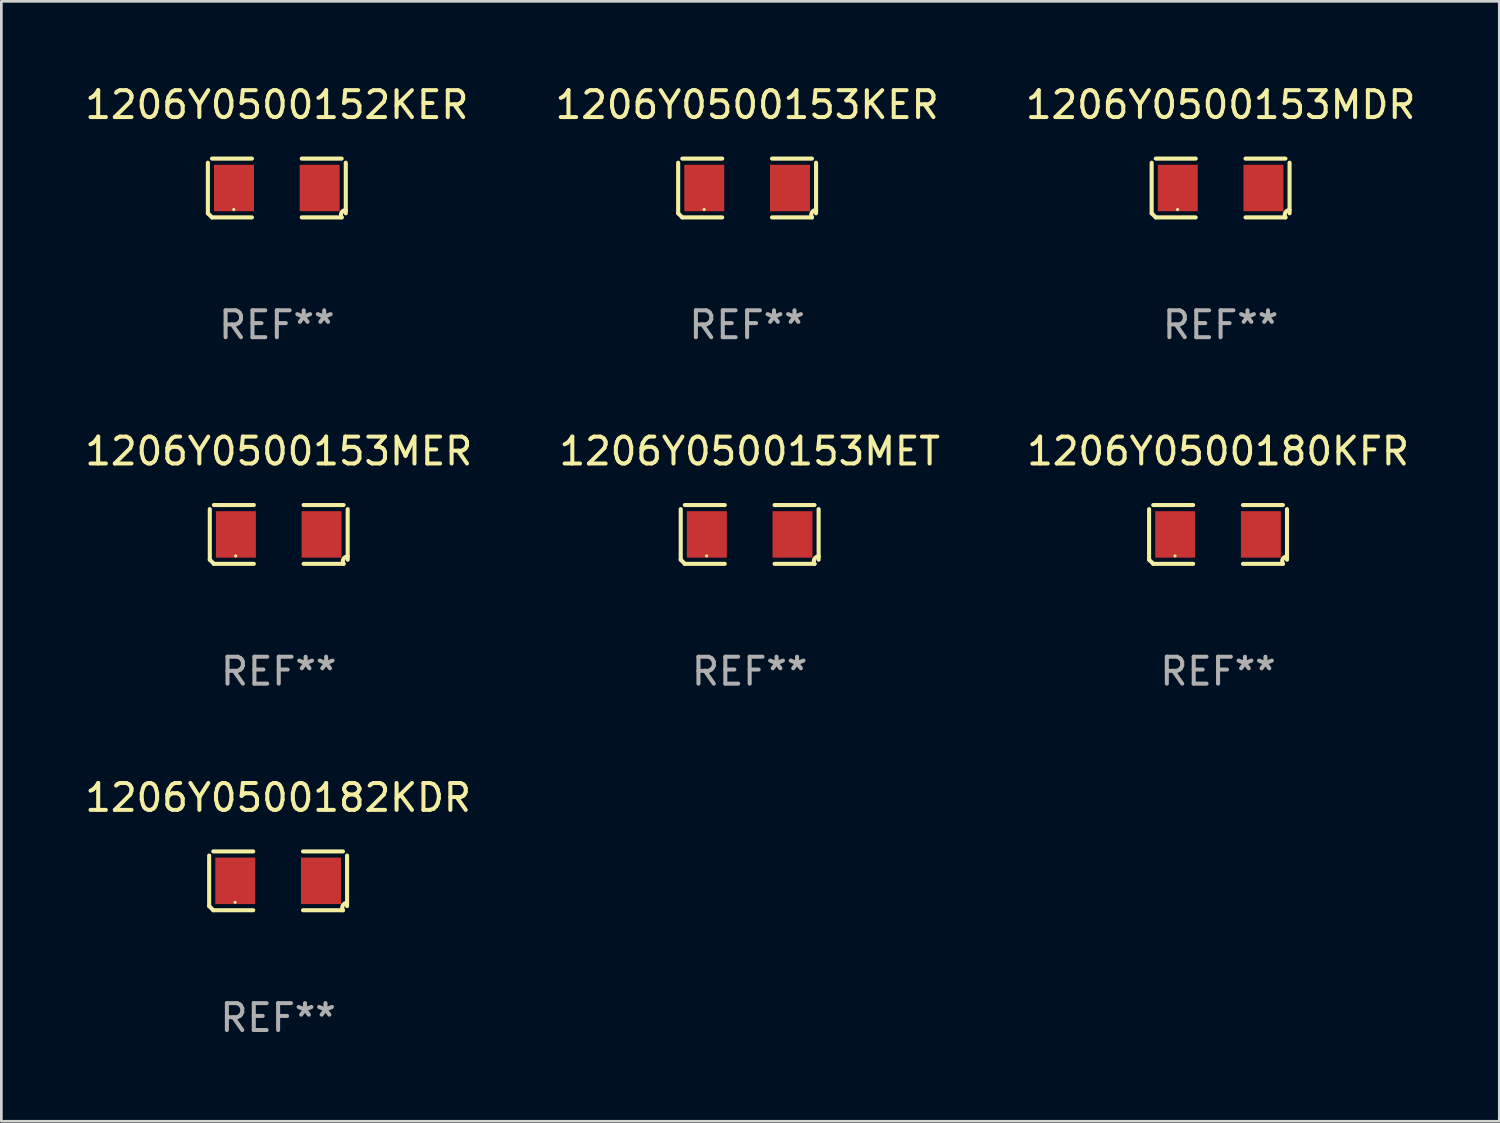
<source format=kicad_pcb>
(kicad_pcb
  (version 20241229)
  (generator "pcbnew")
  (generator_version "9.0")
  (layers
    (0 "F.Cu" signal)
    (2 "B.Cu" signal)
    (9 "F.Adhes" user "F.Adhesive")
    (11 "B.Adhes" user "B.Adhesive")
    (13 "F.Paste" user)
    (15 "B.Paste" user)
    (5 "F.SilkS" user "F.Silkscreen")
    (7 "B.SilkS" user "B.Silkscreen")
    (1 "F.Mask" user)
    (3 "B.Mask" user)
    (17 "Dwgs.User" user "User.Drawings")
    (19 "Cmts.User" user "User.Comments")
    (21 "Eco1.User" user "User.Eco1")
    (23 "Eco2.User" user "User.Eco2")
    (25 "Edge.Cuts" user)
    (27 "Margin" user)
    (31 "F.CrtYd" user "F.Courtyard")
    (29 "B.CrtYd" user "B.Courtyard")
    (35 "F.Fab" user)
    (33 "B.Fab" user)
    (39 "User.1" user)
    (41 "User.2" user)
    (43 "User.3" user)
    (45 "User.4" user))
  (footprint "1206Y0500182KDR"
    (layer "F.Cu")
    (at 7.292 29.704)
    (property "Reference" "1206Y0500182KDR" (at 0 -3.093 0) (layer "F.SilkS") (effects (font (size 1 1) (thickness 0.15))))
    (attr through_hole)
    (fp_line (start -2.564 0.94) (end -2.564 -0.94) (stroke (width 0.152) (type solid)) (layer "F.SilkS"))
    (fp_line (start -2.411 -1.093) (end -0.926 -1.093) (stroke (width 0.152) (type solid)) (layer "F.SilkS"))
    (fp_line (start -0.926 1.093) (end -2.411 1.093) (stroke (width 0.152) (type solid)) (layer "F.SilkS"))
    (fp_line (start 0.926 1.093) (end 2.411 1.093) (stroke (width 0.152) (type solid)) (layer "F.SilkS"))
    (fp_line (start 2.411 -1.093) (end 0.926 -1.093) (stroke (width 0.152) (type solid)) (layer "F.SilkS"))
    (fp_line (start 2.564 0.94) (end 2.564 -0.94) (stroke (width 0.152) (type solid)) (layer "F.SilkS"))
    (fp_arc (start -2.411201 1.092609) (mid -2.487413 1.01642) (end -2.563602 0.940208) (stroke (width 0.1524) (type solid)) (layer "F.SilkS"))
    (fp_arc (start 2.411201 1.092609) (mid 2.407159 0.911226) (end 2.563602 0.819347) (stroke (width 0.1524) (type solid)) (layer "F.SilkS"))
    (fp_circle (center -1.6 0.8) (end -1.57 0.8) (stroke (width 0.06) (type solid)) (fill no) (layer "F.SilkS"))
    (fp_text user "REF**" (at 0 5.093 0) (layer "F.Fab") (effects (font (size 1 1) (thickness 0.15))))
    (pad "1" smd rect (at -1.593 0) (size 1.485 1.728) (layers "F.Cu" "F.Mask" "F.Paste"))
    (pad "2" smd rect (at 1.593 0) (size 1.485 1.728) (layers "F.Cu" "F.Mask" "F.Paste")))
  (footprint "1206Y0500153MER"
    (layer "F.Cu")
    (at 7.315 16.823)
    (property "Reference" "1206Y0500153MER" (at 0 -3.093 0) (layer "F.SilkS") (effects (font (size 1 1) (thickness 0.15))))
    (attr through_hole)
    (fp_line (start -2.564 0.94) (end -2.564 -0.94) (stroke (width 0.152) (type solid)) (layer "F.SilkS"))
    (fp_line (start -2.411 -1.093) (end -0.926 -1.093) (stroke (width 0.152) (type solid)) (layer "F.SilkS"))
    (fp_line (start -0.926 1.093) (end -2.411 1.093) (stroke (width 0.152) (type solid)) (layer "F.SilkS"))
    (fp_line (start 0.926 1.093) (end 2.411 1.093) (stroke (width 0.152) (type solid)) (layer "F.SilkS"))
    (fp_line (start 2.411 -1.093) (end 0.926 -1.093) (stroke (width 0.152) (type solid)) (layer "F.SilkS"))
    (fp_line (start 2.564 0.94) (end 2.564 -0.94) (stroke (width 0.152) (type solid)) (layer "F.SilkS"))
    (fp_arc (start -2.411201 1.092609) (mid -2.487413 1.01642) (end -2.563602 0.940208) (stroke (width 0.1524) (type solid)) (layer "F.SilkS"))
    (fp_arc (start 2.411201 1.092609) (mid 2.407159 0.911226) (end 2.563602 0.819347) (stroke (width 0.1524) (type solid)) (layer "F.SilkS"))
    (fp_circle (center -1.6 0.8) (end -1.57 0.8) (stroke (width 0.06) (type solid)) (fill no) (layer "F.SilkS"))
    (fp_text user "REF**" (at 0 5.093 0) (layer "F.Fab") (effects (font (size 1 1) (thickness 0.15))))
    (pad "1" smd rect (at -1.593 0) (size 1.485 1.728) (layers "F.Cu" "F.Mask" "F.Paste"))
    (pad "2" smd rect (at 1.593 0) (size 1.485 1.728) (layers "F.Cu" "F.Mask" "F.Paste")))
  (footprint "1206Y0500180KFR"
    (layer "F.Cu")
    (at 42.244 16.823)
    (property "Reference" "1206Y0500180KFR" (at 0 -3.093 0) (layer "F.SilkS") (effects (font (size 1 1) (thickness 0.15))))
    (attr through_hole)
    (fp_line (start -2.564 0.94) (end -2.564 -0.94) (stroke (width 0.152) (type solid)) (layer "F.SilkS"))
    (fp_line (start -2.411 -1.093) (end -0.926 -1.093) (stroke (width 0.152) (type solid)) (layer "F.SilkS"))
    (fp_line (start -0.926 1.093) (end -2.411 1.093) (stroke (width 0.152) (type solid)) (layer "F.SilkS"))
    (fp_line (start 0.926 1.093) (end 2.411 1.093) (stroke (width 0.152) (type solid)) (layer "F.SilkS"))
    (fp_line (start 2.411 -1.093) (end 0.926 -1.093) (stroke (width 0.152) (type solid)) (layer "F.SilkS"))
    (fp_line (start 2.564 0.94) (end 2.564 -0.94) (stroke (width 0.152) (type solid)) (layer "F.SilkS"))
    (fp_arc (start -2.411201 1.092609) (mid -2.487413 1.01642) (end -2.563602 0.940208) (stroke (width 0.1524) (type solid)) (layer "F.SilkS"))
    (fp_arc (start 2.411201 1.092609) (mid 2.407159 0.911226) (end 2.563602 0.819347) (stroke (width 0.1524) (type solid)) (layer "F.SilkS"))
    (fp_circle (center -1.6 0.8) (end -1.57 0.8) (stroke (width 0.06) (type solid)) (fill no) (layer "F.SilkS"))
    (fp_text user "REF**" (at 0 5.093 0) (layer "F.Fab") (effects (font (size 1 1) (thickness 0.15))))
    (pad "1" smd rect (at -1.593 0) (size 1.485 1.728) (layers "F.Cu" "F.Mask" "F.Paste"))
    (pad "2" smd rect (at 1.593 0) (size 1.485 1.728) (layers "F.Cu" "F.Mask" "F.Paste")))
  (footprint "1206Y0500153KER"
    (layer "F.Cu")
    (at 24.732 3.941)
    (property "Reference" "1206Y0500153KER" (at 0 -3.093 0) (layer "F.SilkS") (effects (font (size 1 1) (thickness 0.15))))
    (attr through_hole)
    (fp_line (start -2.564 0.94) (end -2.564 -0.94) (stroke (width 0.152) (type solid)) (layer "F.SilkS"))
    (fp_line (start -2.411 -1.093) (end -0.926 -1.093) (stroke (width 0.152) (type solid)) (layer "F.SilkS"))
    (fp_line (start -0.926 1.093) (end -2.411 1.093) (stroke (width 0.152) (type solid)) (layer "F.SilkS"))
    (fp_line (start 0.926 1.093) (end 2.411 1.093) (stroke (width 0.152) (type solid)) (layer "F.SilkS"))
    (fp_line (start 2.411 -1.093) (end 0.926 -1.093) (stroke (width 0.152) (type solid)) (layer "F.SilkS"))
    (fp_line (start 2.564 0.94) (end 2.564 -0.94) (stroke (width 0.152) (type solid)) (layer "F.SilkS"))
    (fp_arc (start -2.411201 1.092609) (mid -2.487413 1.01642) (end -2.563602 0.940208) (stroke (width 0.1524) (type solid)) (layer "F.SilkS"))
    (fp_arc (start 2.411201 1.092609) (mid 2.407159 0.911226) (end 2.563602 0.819347) (stroke (width 0.1524) (type solid)) (layer "F.SilkS"))
    (fp_circle (center -1.6 0.8) (end -1.57 0.8) (stroke (width 0.06) (type solid)) (fill no) (layer "F.SilkS"))
    (fp_text user "REF**" (at 0 5.093 0) (layer "F.Fab") (effects (font (size 1 1) (thickness 0.15))))
    (pad "1" smd rect (at -1.593 0) (size 1.485 1.728) (layers "F.Cu" "F.Mask" "F.Paste"))
    (pad "2" smd rect (at 1.593 0) (size 1.485 1.728) (layers "F.Cu" "F.Mask" "F.Paste")))
  (footprint "1206Y0500153MDR"
    (layer "F.Cu")
    (at 42.339 3.941)
    (property "Reference" "1206Y0500153MDR" (at 0 -3.093 0) (layer "F.SilkS") (effects (font (size 1 1) (thickness 0.15))))
    (attr through_hole)
    (fp_line (start -2.564 0.94) (end -2.564 -0.94) (stroke (width 0.152) (type solid)) (layer "F.SilkS"))
    (fp_line (start -2.411 -1.093) (end -0.926 -1.093) (stroke (width 0.152) (type solid)) (layer "F.SilkS"))
    (fp_line (start -0.926 1.093) (end -2.411 1.093) (stroke (width 0.152) (type solid)) (layer "F.SilkS"))
    (fp_line (start 0.926 1.093) (end 2.411 1.093) (stroke (width 0.152) (type solid)) (layer "F.SilkS"))
    (fp_line (start 2.411 -1.093) (end 0.926 -1.093) (stroke (width 0.152) (type solid)) (layer "F.SilkS"))
    (fp_line (start 2.564 0.94) (end 2.564 -0.94) (stroke (width 0.152) (type solid)) (layer "F.SilkS"))
    (fp_arc (start -2.411201 1.092609) (mid -2.487413 1.01642) (end -2.563602 0.940208) (stroke (width 0.1524) (type solid)) (layer "F.SilkS"))
    (fp_arc (start 2.411201 1.092609) (mid 2.407159 0.911226) (end 2.563602 0.819347) (stroke (width 0.1524) (type solid)) (layer "F.SilkS"))
    (fp_circle (center -1.6 0.8) (end -1.57 0.8) (stroke (width 0.06) (type solid)) (fill no) (layer "F.SilkS"))
    (fp_text user "REF**" (at 0 5.093 0) (layer "F.Fab") (effects (font (size 1 1) (thickness 0.15))))
    (pad "1" smd rect (at -1.593 0) (size 1.485 1.728) (layers "F.Cu" "F.Mask" "F.Paste"))
    (pad "2" smd rect (at 1.593 0) (size 1.485 1.728) (layers "F.Cu" "F.Mask" "F.Paste")))
  (footprint "1206Y0500153MET"
    (layer "F.Cu")
    (at 24.827 16.823)
    (property "Reference" "1206Y0500153MET" (at 0 -3.093 0) (layer "F.SilkS") (effects (font (size 1 1) (thickness 0.15))))
    (attr through_hole)
    (fp_line (start -2.564 0.94) (end -2.564 -0.94) (stroke (width 0.152) (type solid)) (layer "F.SilkS"))
    (fp_line (start -2.411 -1.093) (end -0.926 -1.093) (stroke (width 0.152) (type solid)) (layer "F.SilkS"))
    (fp_line (start -0.926 1.093) (end -2.411 1.093) (stroke (width 0.152) (type solid)) (layer "F.SilkS"))
    (fp_line (start 0.926 1.093) (end 2.411 1.093) (stroke (width 0.152) (type solid)) (layer "F.SilkS"))
    (fp_line (start 2.411 -1.093) (end 0.926 -1.093) (stroke (width 0.152) (type solid)) (layer "F.SilkS"))
    (fp_line (start 2.564 0.94) (end 2.564 -0.94) (stroke (width 0.152) (type solid)) (layer "F.SilkS"))
    (fp_arc (start -2.411201 1.092609) (mid -2.487413 1.01642) (end -2.563602 0.940208) (stroke (width 0.1524) (type solid)) (layer "F.SilkS"))
    (fp_arc (start 2.411201 1.092609) (mid 2.407159 0.911226) (end 2.563602 0.819347) (stroke (width 0.1524) (type solid)) (layer "F.SilkS"))
    (fp_circle (center -1.6 0.8) (end -1.57 0.8) (stroke (width 0.06) (type solid)) (fill no) (layer "F.SilkS"))
    (fp_text user "REF**" (at 0 5.093 0) (layer "F.Fab") (effects (font (size 1 1) (thickness 0.15))))
    (pad "1" smd rect (at -1.593 0) (size 1.485 1.728) (layers "F.Cu" "F.Mask" "F.Paste"))
    (pad "2" smd rect (at 1.593 0) (size 1.485 1.728) (layers "F.Cu" "F.Mask" "F.Paste")))
  (footprint "1206Y0500152KER"
    (layer "F.Cu")
    (at 7.244 3.941)
    (property "Reference" "1206Y0500152KER" (at 0 -3.093 0) (layer "F.SilkS") (effects (font (size 1 1) (thickness 0.15))))
    (attr through_hole)
    (fp_line (start -2.564 0.94) (end -2.564 -0.94) (stroke (width 0.152) (type solid)) (layer "F.SilkS"))
    (fp_line (start -2.411 -1.093) (end -0.926 -1.093) (stroke (width 0.152) (type solid)) (layer "F.SilkS"))
    (fp_line (start -0.926 1.093) (end -2.411 1.093) (stroke (width 0.152) (type solid)) (layer "F.SilkS"))
    (fp_line (start 0.926 1.093) (end 2.411 1.093) (stroke (width 0.152) (type solid)) (layer "F.SilkS"))
    (fp_line (start 2.411 -1.093) (end 0.926 -1.093) (stroke (width 0.152) (type solid)) (layer "F.SilkS"))
    (fp_line (start 2.564 0.94) (end 2.564 -0.94) (stroke (width 0.152) (type solid)) (layer "F.SilkS"))
    (fp_arc (start -2.411201 1.092609) (mid -2.487413 1.01642) (end -2.563602 0.940208) (stroke (width 0.1524) (type solid)) (layer "F.SilkS"))
    (fp_arc (start 2.411201 1.092609) (mid 2.407159 0.911226) (end 2.563602 0.819347) (stroke (width 0.1524) (type solid)) (layer "F.SilkS"))
    (fp_circle (center -1.6 0.8) (end -1.57 0.8) (stroke (width 0.06) (type solid)) (fill no) (layer "F.SilkS"))
    (fp_text user "REF**" (at 0 5.093 0) (layer "F.Fab") (effects (font (size 1 1) (thickness 0.15))))
    (pad "1" smd rect (at -1.593 0) (size 1.485 1.728) (layers "F.Cu" "F.Mask" "F.Paste"))
    (pad "2" smd rect (at 1.593 0) (size 1.485 1.728) (layers "F.Cu" "F.Mask" "F.Paste")))
  (gr_rect
    (start -3 -3)
    (end 52.702 38.645)
    (stroke (width 0.1) (type default))
    (fill no)
    (layer "Edge.Cuts")))
</source>
